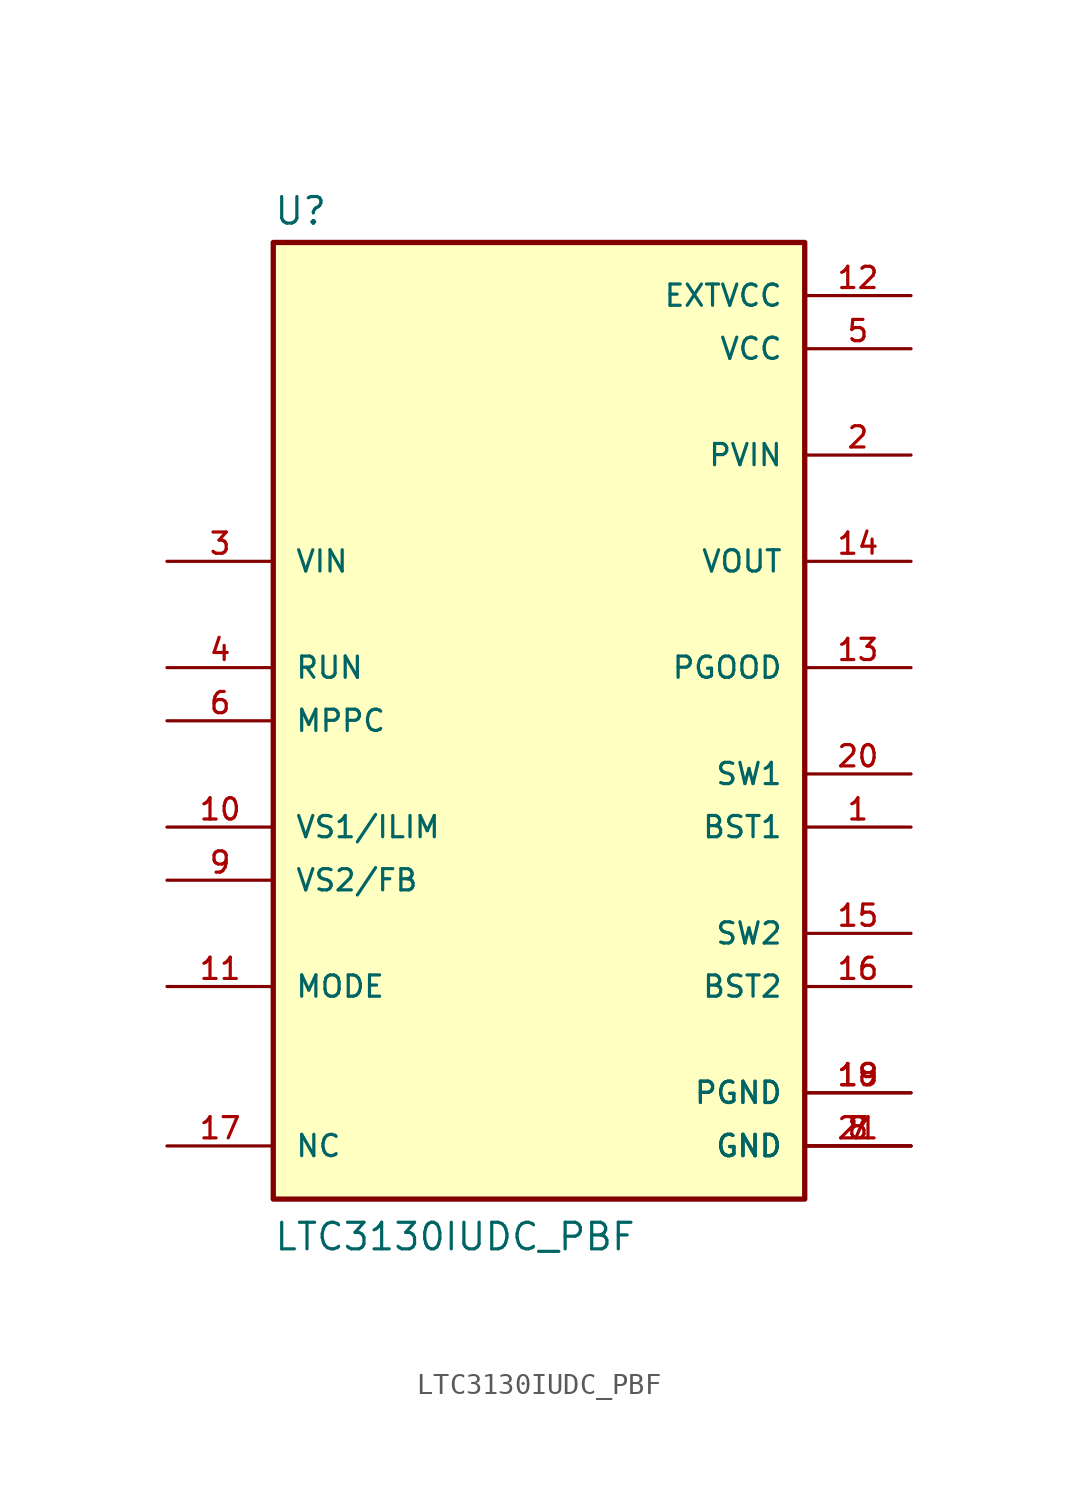
<source format=kicad_sym>
(kicad_symbol_lib
  (version 20211014)
  (generator kicad_symbol_editor)
  (symbol "LTC3130IUDC_PBF"
    (pin_names
      (offset 1.016))
    (property "Reference" "U"
      (at -12.7 23.622 0)
      (effects (font (size 1.27 1.27)) (justify bottom left)))
    (property "Value" "LTC3130IUDC_PBF"
      (at -12.7 -25.4 0)
      (effects (font (size 1.27 1.27)) (justify bottom left)))
    (symbol "LTC3130IUDC_PBF_0_0"
      (rectangle (start -12.7 -22.86) (end 12.7 22.86) (stroke (width 0.254)) (fill (type background)))
      (pin power_in line (at 17.78 -20.32 180.0) (length 5.08) (name "GND" (effects (font (size 1.016 1.016)))) (number "7" (effects (font (size 1.016 1.016)))))
      (pin power_in line (at 17.78 -20.32 180.0) (length 5.08) (name "GND" (effects (font (size 1.016 1.016)))) (number "8" (effects (font (size 1.016 1.016)))))
      (pin power_in line (at 17.78 -20.32 180.0) (length 5.08) (name "GND" (effects (font (size 1.016 1.016)))) (number "21" (effects (font (size 1.016 1.016)))))
      (pin passive line (at 17.78 -5.08 180.0) (length 5.08) (name "BST1" (effects (font (size 1.016 1.016)))) (number "1" (effects (font (size 1.016 1.016)))))
      (pin passive line (at 17.78 -2.54 180.0) (length 5.08) (name "SW1" (effects (font (size 1.016 1.016)))) (number "20" (effects (font (size 1.016 1.016)))))
      (pin power_in line (at 17.78 12.7 180.0) (length 5.08) (name "PVIN" (effects (font (size 1.016 1.016)))) (number "2" (effects (font (size 1.016 1.016)))))
      (pin input line (at -17.78 2.54 0) (length 5.08) (name "RUN" (effects (font (size 1.016 1.016)))) (number "4" (effects (font (size 1.016 1.016)))))
      (pin power_in line (at -17.78 7.62 0) (length 5.08) (name "VIN" (effects (font (size 1.016 1.016)))) (number "3" (effects (font (size 1.016 1.016)))))
      (pin power_in line (at 17.78 17.78 180.0) (length 5.08) (name "VCC" (effects (font (size 1.016 1.016)))) (number "5" (effects (font (size 1.016 1.016)))))
      (pin input line (at -17.78 0.0 0) (length 5.08) (name "MPPC" (effects (font (size 1.016 1.016)))) (number "6" (effects (font (size 1.016 1.016)))))
      (pin input line (at -17.78 -7.62 0) (length 5.08) (name "VS2/FB" (effects (font (size 1.016 1.016)))) (number "9" (effects (font (size 1.016 1.016)))))
      (pin input line (at -17.78 -12.7 0) (length 5.08) (name "MODE" (effects (font (size 1.016 1.016)))) (number "11" (effects (font (size 1.016 1.016)))))
      (pin input line (at -17.78 -5.08 0) (length 5.08) (name "VS1/ILIM" (effects (font (size 1.016 1.016)))) (number "10" (effects (font (size 1.016 1.016)))))
      (pin power_in line (at 17.78 20.32 180.0) (length 5.08) (name "EXTVCC" (effects (font (size 1.016 1.016)))) (number "12" (effects (font (size 1.016 1.016)))))
      (pin output line (at 17.78 2.54 180.0) (length 5.08) (name "PGOOD" (effects (font (size 1.016 1.016)))) (number "13" (effects (font (size 1.016 1.016)))))
      (pin power_in line (at 17.78 7.62 180.0) (length 5.08) (name "VOUT" (effects (font (size 1.016 1.016)))) (number "14" (effects (font (size 1.016 1.016)))))
      (pin passive line (at 17.78 -12.7 180.0) (length 5.08) (name "BST2" (effects (font (size 1.016 1.016)))) (number "16" (effects (font (size 1.016 1.016)))))
      (pin passive line (at 17.78 -10.16 180.0) (length 5.08) (name "SW2" (effects (font (size 1.016 1.016)))) (number "15" (effects (font (size 1.016 1.016)))))
      (pin passive line (at -17.78 -20.32 0) (length 5.08) (name "NC" (effects (font (size 1.016 1.016)))) (number "17" (effects (font (size 1.016 1.016)))))
      (pin power_in line (at 17.78 -17.78 180.0) (length 5.08) (name "PGND" (effects (font (size 1.016 1.016)))) (number "18" (effects (font (size 1.016 1.016)))))
      (pin power_in line (at 17.78 -17.78 180.0) (length 5.08) (name "PGND" (effects (font (size 1.016 1.016)))) (number "19" (effects (font (size 1.016 1.016))))))))
</source>
